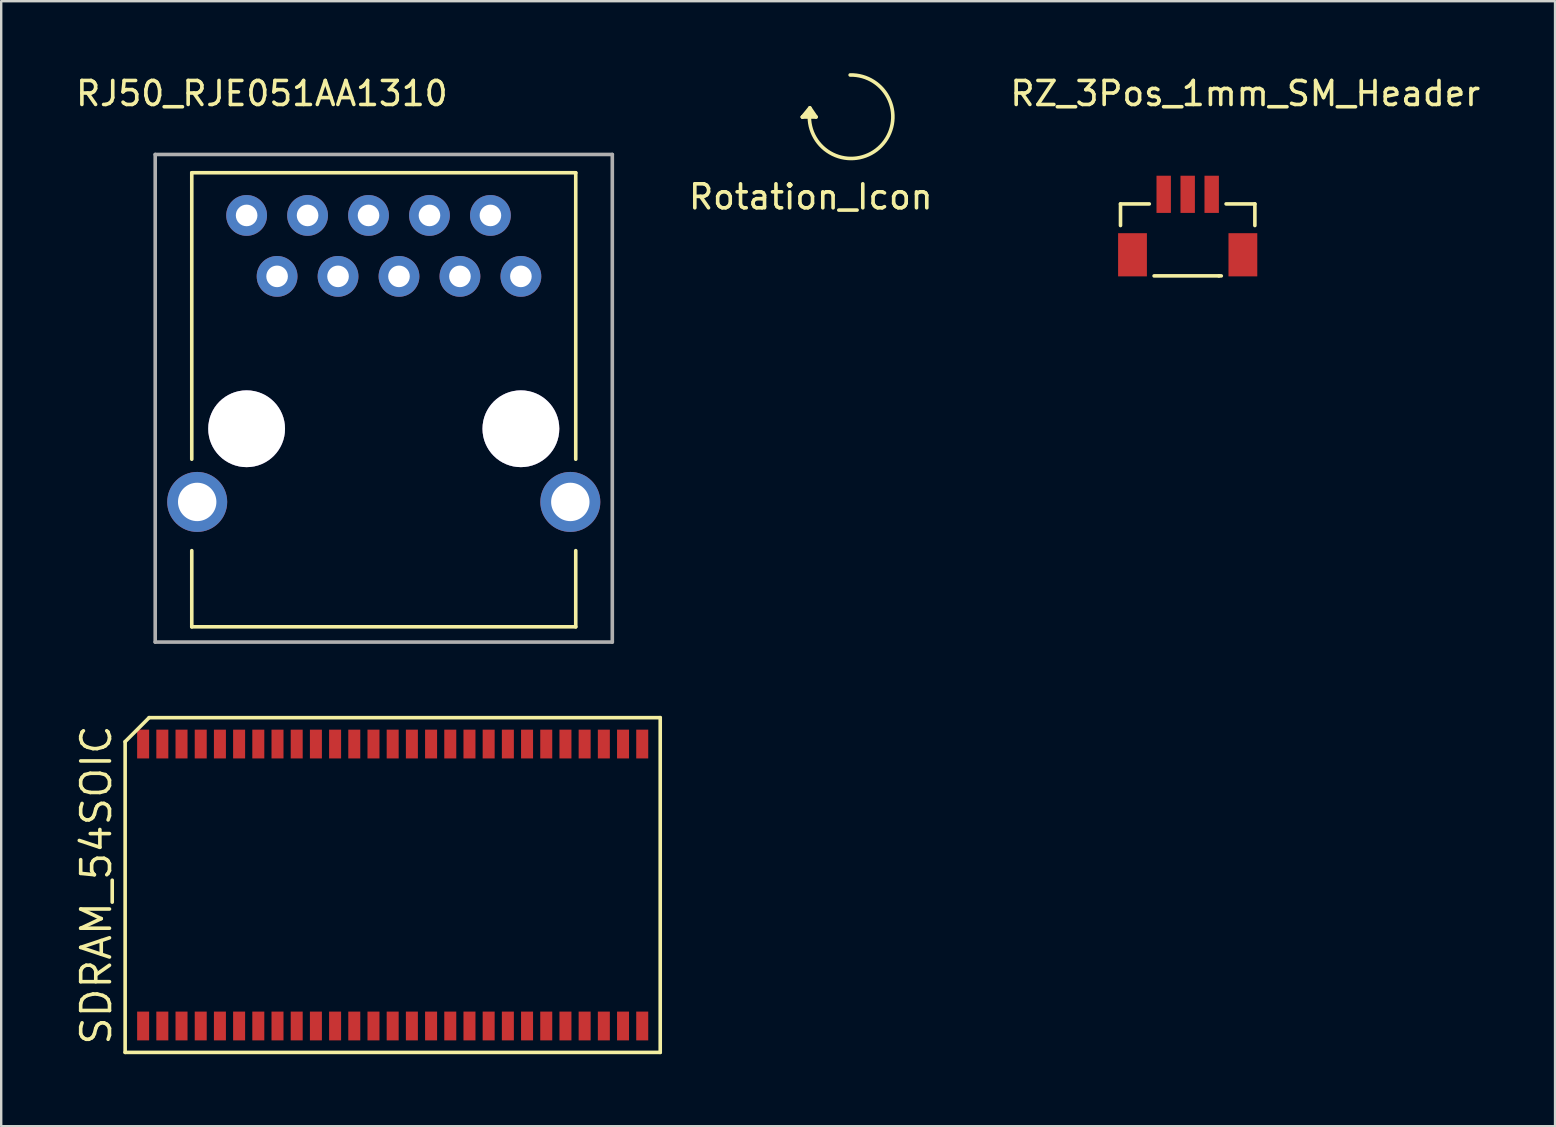
<source format=kicad_pcb>
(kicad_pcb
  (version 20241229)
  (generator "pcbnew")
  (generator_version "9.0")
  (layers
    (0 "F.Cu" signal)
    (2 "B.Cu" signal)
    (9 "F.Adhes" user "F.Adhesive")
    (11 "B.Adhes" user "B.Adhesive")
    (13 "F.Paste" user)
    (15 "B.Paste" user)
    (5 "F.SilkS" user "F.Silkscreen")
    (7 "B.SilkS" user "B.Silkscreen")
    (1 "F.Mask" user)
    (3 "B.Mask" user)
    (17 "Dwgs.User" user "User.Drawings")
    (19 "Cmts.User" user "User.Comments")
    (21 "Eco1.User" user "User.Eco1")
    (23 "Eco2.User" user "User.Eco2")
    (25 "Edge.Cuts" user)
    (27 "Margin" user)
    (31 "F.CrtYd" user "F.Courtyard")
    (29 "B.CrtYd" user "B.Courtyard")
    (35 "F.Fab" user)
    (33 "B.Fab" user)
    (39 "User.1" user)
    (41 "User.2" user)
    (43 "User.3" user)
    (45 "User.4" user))
  (footprint "RJ50_RJE051AA1310"
    (layer "F.Cu")
    (at 12.943 8.468)
    (property "Reference" "RJ50_RJE051AA1310" (at -5.08 -7.62 0) (layer "F.SilkS") (effects (font (size 1 1) (thickness 0.15))))
    (attr through_hole)
    (fp_line (start -8.001 -4.318) (end -8.001 7.62) (stroke (width 0.15) (type solid)) (layer "F.SilkS"))
    (fp_line (start -8.001 14.605) (end -8.001 11.43) (stroke (width 0.15) (type solid)) (layer "F.SilkS"))
    (fp_line (start -8.001 14.605) (end 8.001 14.605) (stroke (width 0.15) (type solid)) (layer "F.SilkS"))
    (fp_line (start 8.001 -4.318) (end -8.001 -4.318) (stroke (width 0.15) (type solid)) (layer "F.SilkS"))
    (fp_line (start 8.001 7.62) (end 8.001 -4.318) (stroke (width 0.15) (type solid)) (layer "F.SilkS"))
    (fp_line (start 8.001 14.605) (end 8.001 11.43) (stroke (width 0.15) (type solid)) (layer "F.SilkS"))
    (fp_line (start -9.525 -5.08) (end 9.525 -5.08) (stroke (width 0.15) (type solid)) (layer "F.Fab"))
    (fp_line (start -9.525 15.24) (end -9.525 -5.08) (stroke (width 0.15) (type solid)) (layer "F.Fab"))
    (fp_line (start 9.525 -5.08) (end 9.525 15.24) (stroke (width 0.15) (type solid)) (layer "F.Fab"))
    (fp_line (start 9.525 15.24) (end -9.525 15.24) (stroke (width 0.15) (type solid)) (layer "F.Fab"))
    (pad "" thru_hole circle (at -5.715 6.35) (size 3.2 3.2) (drill 3.2) (layers "*.Cu" "*.Mask"))
    (pad "" thru_hole circle (at 5.715 6.35) (size 3.2 3.2) (drill 3.2) (layers "*.Cu" "*.Mask"))
    (pad "1" thru_hole circle (at -5.715 -2.54) (size 1.7 1.7) (drill 0.9) (layers "*.Cu" "*.Mask"))
    (pad "2" thru_hole circle (at -4.445 0) (size 1.7 1.7) (drill 0.9) (layers "*.Cu" "*.Mask"))
    (pad "3" thru_hole circle (at -3.175 -2.54) (size 1.7 1.7) (drill 0.9) (layers "*.Cu" "*.Mask"))
    (pad "4" thru_hole circle (at -1.905 0) (size 1.7 1.7) (drill 0.9) (layers "*.Cu" "*.Mask"))
    (pad "5" thru_hole circle (at -0.635 -2.54) (size 1.7 1.7) (drill 0.9) (layers "*.Cu" "*.Mask"))
    (pad "6" thru_hole circle (at 0.635 0) (size 1.7 1.7) (drill 0.9) (layers "*.Cu" "*.Mask"))
    (pad "7" thru_hole circle (at 1.905 -2.54) (size 1.7 1.7) (drill 0.9) (layers "*.Cu" "*.Mask"))
    (pad "8" thru_hole circle (at 3.175 0) (size 1.7 1.7) (drill 0.9) (layers "*.Cu" "*.Mask"))
    (pad "9" thru_hole circle (at 4.445 -2.54) (size 1.7 1.7) (drill 0.9) (layers "*.Cu" "*.Mask"))
    (pad "10" thru_hole circle (at 5.715 0) (size 1.7 1.7) (drill 0.9) (layers "*.Cu" "*.Mask"))
    (pad "11" thru_hole circle (at -7.775 9.4) (size 2.5 2.5) (drill 1.6) (layers "*.Cu" "*.Mask"))
    (pad "11" thru_hole circle (at 7.775 9.4) (size 2.5 2.5) (drill 1.6) (layers "*.Cu" "*.Mask")))
  (footprint "RZ_3Pos_1mm_SM_Header"
    (layer "F.Cu")
    (at 46.447 5.048)
    (property "Reference" "RZ_3Pos_1mm_SM_Header" (at 2.4 -4.2 0) (layer "F.SilkS") (effects (font (size 1 1) (thickness 0.15))))
    (attr through_hole)
    (fp_line (start -2.8 0.4) (end -2.8 1.3) (stroke (width 0.15) (type solid)) (layer "F.SilkS"))
    (fp_line (start -1.6 0.4) (end -2.8 0.4) (stroke (width 0.15) (type solid)) (layer "F.SilkS"))
    (fp_line (start -1.4 3.4) (end 1.3 3.4) (stroke (width 0.15) (type solid)) (layer "F.SilkS"))
    (fp_line (start 1.3 3.4) (end 1.4 3.4) (stroke (width 0.15) (type solid)) (layer "F.SilkS"))
    (fp_line (start 2.8 0.4) (end 1.6 0.4) (stroke (width 0.15) (type solid)) (layer "F.SilkS"))
    (fp_line (start 2.8 1.3) (end 2.8 0.4) (stroke (width 0.15) (type solid)) (layer "F.SilkS"))
    (pad "" smd rect (at -2.3 2.52) (size 1.2 1.8) (layers "F.Cu" "F.Mask" "F.Paste"))
    (pad "" smd rect (at 2.3 2.52) (size 1.2 1.8) (layers "F.Cu" "F.Mask" "F.Paste"))
    (pad "1" smd rect (at 1 0) (size 0.6 1.55) (layers "F.Cu" "F.Mask" "F.Paste"))
    (pad "2" smd rect (at 0 0) (size 0.6 1.55) (layers "F.Cu" "F.Mask" "F.Paste"))
    (pad "3" smd rect (at -1 0) (size 0.6 1.55) (layers "F.Cu" "F.Mask" "F.Paste")))
  (footprint "Rotation_Icon"
    (layer "F.Cu")
    (at 32.42 3.815)
    (property "Reference" "Rotation_Icon" (at -1.68 1.34 0) (layer "F.SilkS") (effects (font (size 1 1) (thickness 0.15))))
    (attr through_hole)
    (fp_line (start -2.03 -1.99) (end -1.72 -2.2) (stroke (width 0.15) (type solid)) (layer "F.SilkS"))
    (fp_line (start -2.03 -1.99) (end -1.46 -1.99) (stroke (width 0.15) (type solid)) (layer "F.SilkS"))
    (fp_line (start -1.72 -2.37) (end -2.03 -1.99) (stroke (width 0.15) (type solid)) (layer "F.SilkS"))
    (fp_line (start -1.72 -2.2) (end -1.61 -2.06) (stroke (width 0.15) (type solid)) (layer "F.SilkS"))
    (fp_line (start -1.61 -2.06) (end -1.78 -2.1) (stroke (width 0.15) (type solid)) (layer "F.SilkS"))
    (fp_line (start -1.46 -1.99) (end -1.72 -2.37) (stroke (width 0.15) (type solid)) (layer "F.SilkS"))
    (fp_arc (start -0.04 -3.74) (mid 1.247934 -0.786797) (end -1.740436 -1.990885) (stroke (width 0.15) (type solid)) (layer "F.SilkS")))
  (footprint "SDRAM_54SOIC"
    (layer "F.Cu")
    (at 13.315 33.833)
    (property "Reference" "SDRAM_54SOIC" (at -12.35 0 90) (layer "F.SilkS") (effects (font (size 1.2 1.2) (thickness 0.15))))
    (attr through_hole)
    (fp_line (start -11.15 -5.975) (end -11.15 6.975) (stroke (width 0.15) (type solid)) (layer "F.SilkS"))
    (fp_line (start -11.15 6.975) (end 11.15 6.975) (stroke (width 0.15) (type solid)) (layer "F.SilkS"))
    (fp_line (start -10.15 -6.975) (end -11.15 -5.975) (stroke (width 0.15) (type solid)) (layer "F.SilkS"))
    (fp_line (start 11.15 -6.975) (end -10.15 -6.975) (stroke (width 0.15) (type solid)) (layer "F.SilkS"))
    (fp_line (start 11.15 6.975) (end 11.15 -6.975) (stroke (width 0.15) (type solid)) (layer "F.SilkS"))
    (pad "1" smd rect (at -10.4 5.875) (size 0.5 1.2) (layers "F.Cu" "F.Mask" "F.Paste"))
    (pad "2" smd rect (at -9.6 5.875) (size 0.5 1.2) (layers "F.Cu" "F.Mask" "F.Paste"))
    (pad "3" smd rect (at -8.8 5.875) (size 0.5 1.2) (layers "F.Cu" "F.Mask" "F.Paste"))
    (pad "4" smd rect (at -8 5.875) (size 0.5 1.2) (layers "F.Cu" "F.Mask" "F.Paste"))
    (pad "5" smd rect (at -7.2 5.875) (size 0.5 1.2) (layers "F.Cu" "F.Mask" "F.Paste"))
    (pad "6" smd rect (at -6.4 5.875) (size 0.5 1.2) (layers "F.Cu" "F.Mask" "F.Paste"))
    (pad "7" smd rect (at -5.6 5.875) (size 0.5 1.2) (layers "F.Cu" "F.Mask" "F.Paste"))
    (pad "8" smd rect (at -4.8 5.875) (size 0.5 1.2) (layers "F.Cu" "F.Mask" "F.Paste"))
    (pad "9" smd rect (at -4 5.875) (size 0.5 1.2) (layers "F.Cu" "F.Mask" "F.Paste"))
    (pad "10" smd rect (at -3.2 5.875) (size 0.5 1.2) (layers "F.Cu" "F.Mask" "F.Paste"))
    (pad "11" smd rect (at -2.4 5.875) (size 0.5 1.2) (layers "F.Cu" "F.Mask" "F.Paste"))
    (pad "12" smd rect (at -1.6 5.875) (size 0.5 1.2) (layers "F.Cu" "F.Mask" "F.Paste"))
    (pad "13" smd rect (at -0.8 5.875) (size 0.5 1.2) (layers "F.Cu" "F.Mask" "F.Paste"))
    (pad "14" smd rect (at 0 5.875) (size 0.5 1.2) (layers "F.Cu" "F.Mask" "F.Paste"))
    (pad "15" smd rect (at 0.8 5.875) (size 0.5 1.2) (layers "F.Cu" "F.Mask" "F.Paste"))
    (pad "16" smd rect (at 1.6 5.875) (size 0.5 1.2) (layers "F.Cu" "F.Mask" "F.Paste"))
    (pad "17" smd rect (at 2.4 5.875) (size 0.5 1.2) (layers "F.Cu" "F.Mask" "F.Paste"))
    (pad "18" smd rect (at 3.2 5.875) (size 0.5 1.2) (layers "F.Cu" "F.Mask" "F.Paste"))
    (pad "19" smd rect (at 4 5.875) (size 0.5 1.2) (layers "F.Cu" "F.Mask" "F.Paste"))
    (pad "20" smd rect (at 4.8 5.875) (size 0.5 1.2) (layers "F.Cu" "F.Mask" "F.Paste"))
    (pad "21" smd rect (at 5.6 5.875) (size 0.5 1.2) (layers "F.Cu" "F.Mask" "F.Paste"))
    (pad "22" smd rect (at 6.4 5.875) (size 0.5 1.2) (layers "F.Cu" "F.Mask" "F.Paste"))
    (pad "23" smd rect (at 7.2 5.875) (size 0.5 1.2) (layers "F.Cu" "F.Mask" "F.Paste"))
    (pad "24" smd rect (at 8 5.875) (size 0.5 1.2) (layers "F.Cu" "F.Mask" "F.Paste"))
    (pad "25" smd rect (at 8.8 5.875) (size 0.5 1.2) (layers "F.Cu" "F.Mask" "F.Paste"))
    (pad "26" smd rect (at 9.6 5.875) (size 0.5 1.2) (layers "F.Cu" "F.Mask" "F.Paste"))
    (pad "27" smd rect (at 10.4 5.875) (size 0.5 1.2) (layers "F.Cu" "F.Mask" "F.Paste"))
    (pad "28" smd rect (at 10.4 -5.875) (size 0.5 1.2) (layers "F.Cu" "F.Mask" "F.Paste"))
    (pad "29" smd rect (at 9.6 -5.875) (size 0.5 1.2) (layers "F.Cu" "F.Mask" "F.Paste"))
    (pad "30" smd rect (at 8.8 -5.875) (size 0.5 1.2) (layers "F.Cu" "F.Mask" "F.Paste"))
    (pad "31" smd rect (at 8 -5.875) (size 0.5 1.2) (layers "F.Cu" "F.Mask" "F.Paste"))
    (pad "32" smd rect (at 7.2 -5.875) (size 0.5 1.2) (layers "F.Cu" "F.Mask" "F.Paste"))
    (pad "33" smd rect (at 6.4 -5.875) (size 0.5 1.2) (layers "F.Cu" "F.Mask" "F.Paste"))
    (pad "34" smd rect (at 5.6 -5.875) (size 0.5 1.2) (layers "F.Cu" "F.Mask" "F.Paste"))
    (pad "35" smd rect (at 4.8 -5.875) (size 0.5 1.2) (layers "F.Cu" "F.Mask" "F.Paste"))
    (pad "36" smd rect (at 4 -5.875) (size 0.5 1.2) (layers "F.Cu" "F.Mask" "F.Paste"))
    (pad "37" smd rect (at 3.2 -5.875) (size 0.5 1.2) (layers "F.Cu" "F.Mask" "F.Paste"))
    (pad "38" smd rect (at 2.4 -5.875) (size 0.5 1.2) (layers "F.Cu" "F.Mask" "F.Paste"))
    (pad "39" smd rect (at 1.6 -5.875) (size 0.5 1.2) (layers "F.Cu" "F.Mask" "F.Paste"))
    (pad "40" smd rect (at 0.8 -5.875) (size 0.5 1.2) (layers "F.Cu" "F.Mask" "F.Paste"))
    (pad "41" smd rect (at 0 -5.875) (size 0.5 1.2) (layers "F.Cu" "F.Mask" "F.Paste"))
    (pad "42" smd rect (at -0.8 -5.875) (size 0.5 1.2) (layers "F.Cu" "F.Mask" "F.Paste"))
    (pad "43" smd rect (at -1.6 -5.875) (size 0.5 1.2) (layers "F.Cu" "F.Mask" "F.Paste"))
    (pad "44" smd rect (at -2.4 -5.875) (size 0.5 1.2) (layers "F.Cu" "F.Mask" "F.Paste"))
    (pad "45" smd rect (at -3.2 -5.875) (size 0.5 1.2) (layers "F.Cu" "F.Mask" "F.Paste"))
    (pad "46" smd rect (at -4 -5.875) (size 0.5 1.2) (layers "F.Cu" "F.Mask" "F.Paste"))
    (pad "47" smd rect (at -4.8 -5.875) (size 0.5 1.2) (layers "F.Cu" "F.Mask" "F.Paste"))
    (pad "48" smd rect (at -5.6 -5.875) (size 0.5 1.2) (layers "F.Cu" "F.Mask" "F.Paste"))
    (pad "49" smd rect (at -6.4 -5.875) (size 0.5 1.2) (layers "F.Cu" "F.Mask" "F.Paste"))
    (pad "50" smd rect (at -7.2 -5.875) (size 0.5 1.2) (layers "F.Cu" "F.Mask" "F.Paste"))
    (pad "51" smd rect (at -8 -5.875) (size 0.5 1.2) (layers "F.Cu" "F.Mask" "F.Paste"))
    (pad "52" smd rect (at -8.8 -5.875) (size 0.5 1.2) (layers "F.Cu" "F.Mask" "F.Paste"))
    (pad "53" smd rect (at -9.6 -5.875) (size 0.5 1.2) (layers "F.Cu" "F.Mask" "F.Paste"))
    (pad "54" smd rect (at -10.4 -5.875) (size 0.5 1.2) (layers "F.Cu" "F.Mask" "F.Paste")))
  (gr_rect
    (start -3 -3)
    (end 61.757 43.883)
    (stroke (width 0.1) (type default))
    (fill no)
    (layer "Edge.Cuts")))
</source>
